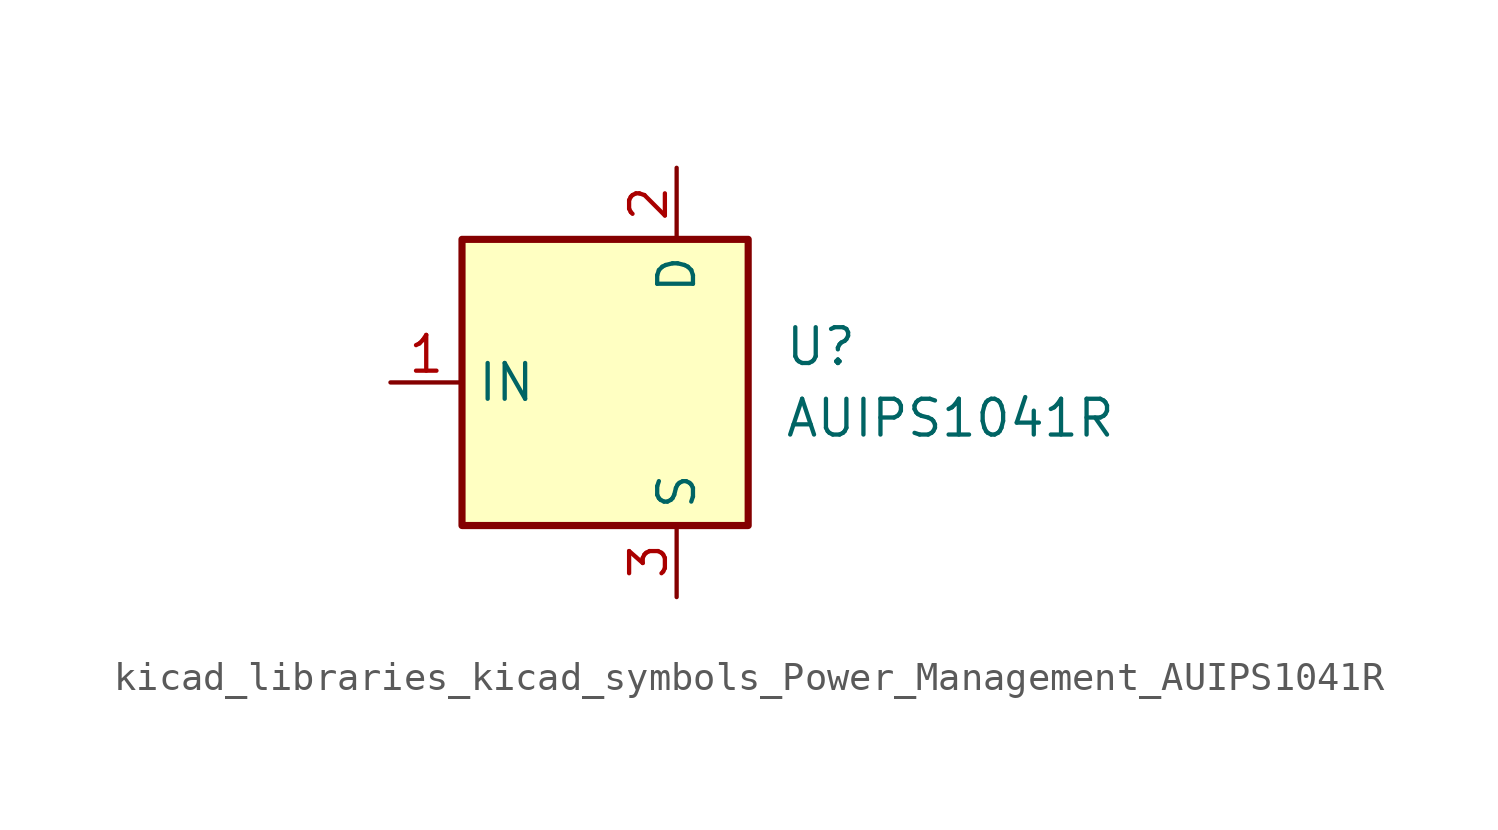
<source format=kicad_sym>
(kicad_symbol_lib
  (version 20220914)
  (generator kicad_symbol_editor)
  (symbol "kicad_libraries_kicad_symbols_Power_Management_AUIPS1041R"
    (property "Reference" "U"
      (at 3.81 1.27 0)
      (effects (font (size 1.27 1.27)) (justify left)))
    (property "Value" "AUIPS1041R"
      (at 3.81 -1.27 0)
      (effects (font (size 1.27 1.27)) (justify left)))
    (symbol "kicad_libraries_kicad_symbols_Power_Management_AUIPS1041R_0_1"
      (rectangle (start -7.62 5.08) (end 2.54 -5.08) (stroke (width 0.254) (type default)) (fill (type background))))
    (symbol "kicad_libraries_kicad_symbols_Power_Management_AUIPS1041R_1_1"
      (pin input line (at -10.16 0 0) (length 2.54) (name "IN" (effects (font (size 1.27 1.27)))) (number "1" (effects (font (size 1.27 1.27)))))
      (pin passive line (at 0 7.62 270) (length 2.54) (name "D" (effects (font (size 1.27 1.27)))) (number "2" (effects (font (size 1.27 1.27)))))
      (pin power_in line (at 0 -7.62 90) (length 2.54) (name "S" (effects (font (size 1.27 1.27)))) (number "3" (effects (font (size 1.27 1.27))))))))
</source>
